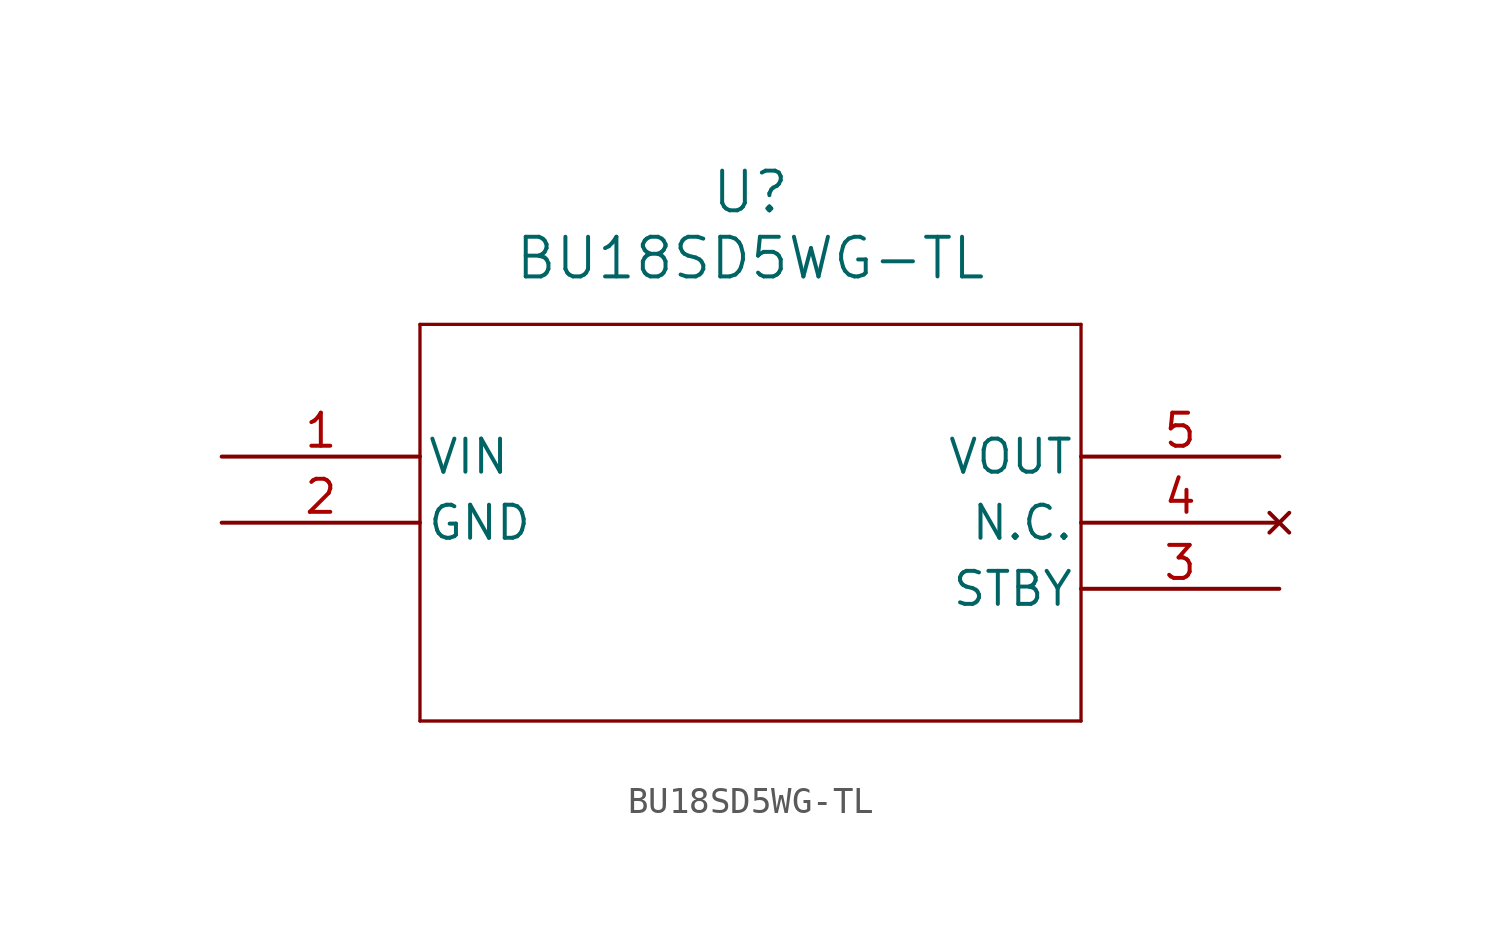
<source format=kicad_sym>
(kicad_symbol_lib
  (version 20211014)
  (generator kicad_symbol_editor)
  (symbol "BU18SD5WG-TL"
    (pin_names
      (offset 0.254))
    (property "Reference" "U"
      (at 20.32 10.16 0)
      (effects (font (size 1.524 1.524))))
    (property "Value" "BU18SD5WG-TL"
      (at 20.32 7.62 0)
      (effects (font (size 1.524 1.524))))
    (symbol "BU18SD5WG-TL_0_1"
      (polyline (pts (xy 7.62 5.08) (xy 7.62 -10.16)) (stroke (width 0.127) (type default) (color 0 0 0 0)) (fill (type none)))
      (polyline (pts (xy 7.62 -10.16) (xy 33.02 -10.16)) (stroke (width 0.127) (type default) (color 0 0 0 0)) (fill (type none)))
      (polyline (pts (xy 33.02 -10.16) (xy 33.02 5.08)) (stroke (width 0.127) (type default) (color 0 0 0 0)) (fill (type none)))
      (polyline (pts (xy 33.02 5.08) (xy 7.62 5.08)) (stroke (width 0.127) (type default) (color 0 0 0 0)) (fill (type none)))
      (pin unspecified line (at 0 0 0) (length 7.62) (name "VIN" (effects (font (size 1.27 1.27)))) (number "1" (effects (font (size 1.27 1.27)))))
      (pin power_out line (at 0 -2.54 0) (length 7.62) (name "GND" (effects (font (size 1.27 1.27)))) (number "2" (effects (font (size 1.27 1.27)))))
      (pin unspecified line (at 40.64 -5.08 180) (length 7.62) (name "STBY" (effects (font (size 1.27 1.27)))) (number "3" (effects (font (size 1.27 1.27)))))
      (pin no_connect line (at 40.64 -2.54 180) (length 7.62) (name "N.C." (effects (font (size 1.27 1.27)))) (number "4" (effects (font (size 1.27 1.27)))))
      (pin output line (at 40.64 0 180) (length 7.62) (name "VOUT" (effects (font (size 1.27 1.27)))) (number "5" (effects (font (size 1.27 1.27))))))))
</source>
